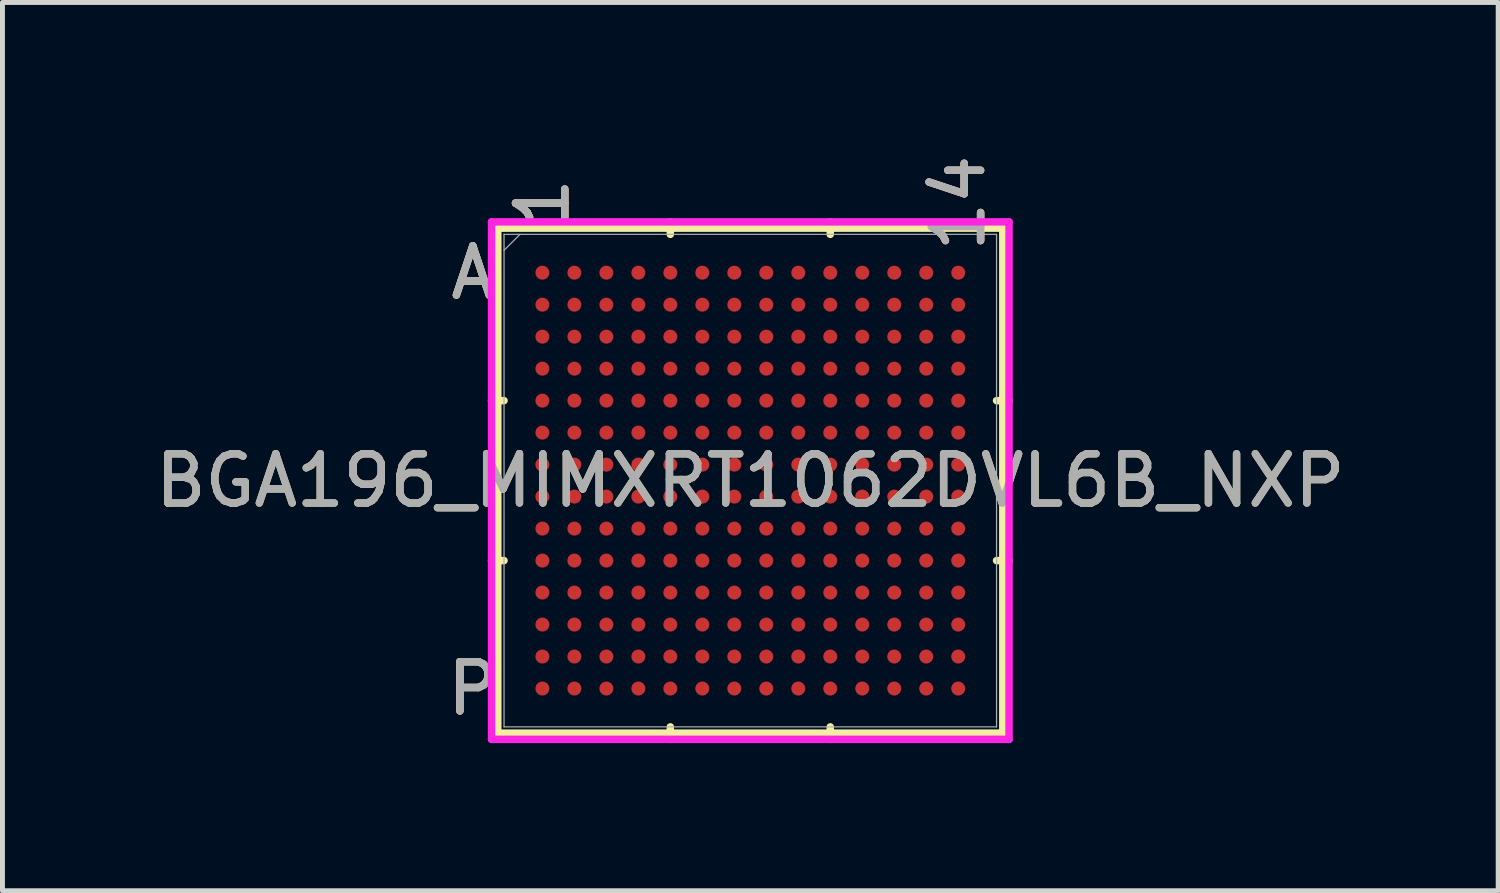
<source format=kicad_pcb>
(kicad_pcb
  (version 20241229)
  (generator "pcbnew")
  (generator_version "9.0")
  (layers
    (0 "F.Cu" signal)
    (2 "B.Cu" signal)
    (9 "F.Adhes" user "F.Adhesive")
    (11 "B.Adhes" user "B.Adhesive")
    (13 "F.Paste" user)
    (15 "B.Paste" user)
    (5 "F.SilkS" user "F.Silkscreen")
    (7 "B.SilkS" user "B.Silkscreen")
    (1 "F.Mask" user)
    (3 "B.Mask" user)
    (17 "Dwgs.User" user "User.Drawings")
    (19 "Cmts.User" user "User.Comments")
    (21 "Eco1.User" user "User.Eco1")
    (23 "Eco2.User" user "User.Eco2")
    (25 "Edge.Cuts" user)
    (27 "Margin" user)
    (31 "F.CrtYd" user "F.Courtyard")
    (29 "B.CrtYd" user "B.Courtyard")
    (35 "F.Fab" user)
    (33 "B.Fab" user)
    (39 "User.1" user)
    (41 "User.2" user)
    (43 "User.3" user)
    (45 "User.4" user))
  (footprint "BGA196_MIMXRT1062DVL6B_NXP"
    (layer "F.Cu")
    (at 12.196 6.716)
    (property "Reference" "BGA196_MIMXRT1062DVL6B_NXP" (at 0 0 0) (unlocked yes) (layer "F.SilkS") (effects (font (size 1 1) (thickness 0.15))))
    (attr smd)
    (fp_line (start -5.131 -5.131) (end -5.131 5.131) (stroke (width 0.152) (type solid)) (layer "F.SilkS"))
    (fp_line (start -5.131 5.131) (end 5.131 5.131) (stroke (width 0.152) (type solid)) (layer "F.SilkS"))
    (fp_line (start -5.004 -1.625) (end -5.258 -1.625) (stroke (width 0.152) (type solid)) (layer "F.SilkS"))
    (fp_line (start -5.004 1.625) (end -5.258 1.625) (stroke (width 0.152) (type solid)) (layer "F.SilkS"))
    (fp_line (start -1.625 -5.004) (end -1.625 -5.258) (stroke (width 0.152) (type solid)) (layer "F.SilkS"))
    (fp_line (start -1.625 5.004) (end -1.625 5.258) (stroke (width 0.152) (type solid)) (layer "F.SilkS"))
    (fp_line (start 1.625 -5.004) (end 1.625 -5.258) (stroke (width 0.152) (type solid)) (layer "F.SilkS"))
    (fp_line (start 1.625 5.004) (end 1.625 5.258) (stroke (width 0.152) (type solid)) (layer "F.SilkS"))
    (fp_line (start 5.004 -1.625) (end 5.258 -1.625) (stroke (width 0.152) (type solid)) (layer "F.SilkS"))
    (fp_line (start 5.004 1.625) (end 5.258 1.625) (stroke (width 0.152) (type solid)) (layer "F.SilkS"))
    (fp_line (start 5.131 -5.131) (end -5.131 -5.131) (stroke (width 0.152) (type solid)) (layer "F.SilkS"))
    (fp_line (start 5.131 5.131) (end 5.131 -5.131) (stroke (width 0.152) (type solid)) (layer "F.SilkS"))
    (fp_poly (pts (xy -4.995 -4.995) (xy 4.995 -4.995) (xy 4.995 4.995) (xy -4.995 4.995)) (stroke (width 0.1) (type solid)) (fill no) (layer "Eco2.User"))
    (fp_line (start -5.258 -5.258) (end 5.258 -5.258) (stroke (width 0.152) (type solid)) (layer "F.CrtYd"))
    (fp_line (start -5.258 5.258) (end -5.258 -5.258) (stroke (width 0.152) (type solid)) (layer "F.CrtYd"))
    (fp_line (start 5.258 -5.258) (end 5.258 5.258) (stroke (width 0.152) (type solid)) (layer "F.CrtYd"))
    (fp_line (start 5.258 5.258) (end -5.258 5.258) (stroke (width 0.152) (type solid)) (layer "F.CrtYd"))
    (fp_line (start -5.004 -5.004) (end -5.004 5.004) (stroke (width 0.025) (type solid)) (layer "F.Fab"))
    (fp_line (start -5.004 5.004) (end 5.004 5.004) (stroke (width 0.025) (type solid)) (layer "F.Fab"))
    (fp_line (start -4.679 -5.004) (end -5.004 -4.679) (stroke (width 0.025) (type solid)) (layer "F.Fab"))
    (fp_line (start 5.004 -5.004) (end -5.004 -5.004) (stroke (width 0.025) (type solid)) (layer "F.Fab"))
    (fp_line (start 5.004 5.004) (end 5.004 -5.004) (stroke (width 0.025) (type solid)) (layer "F.Fab"))
    (fp_text user "14" (at 4.225 -5.639 90) (unlocked yes) (layer "F.SilkS") (effects (font (size 1 1) (thickness 0.15))))
    (fp_text user "P" (at -5.639 4.225 0) (unlocked yes) (layer "F.SilkS") (effects (font (size 1 1) (thickness 0.15))))
    (fp_text user "A" (at -5.639 -4.225 0) (unlocked yes) (layer "F.SilkS") (effects (font (size 1 1) (thickness 0.15))))
    (fp_text user "1" (at -4.225 -5.639 90) (unlocked yes) (layer "F.SilkS") (effects (font (size 1 1) (thickness 0.15))))
    (fp_text user "1" (at -4.225 -5.639 90) (unlocked yes) (layer "B.SilkS") (effects (font (size 1 1) (thickness 0.15))))
    (fp_text user "14" (at 4.225 -5.639 90) (unlocked yes) (layer "B.SilkS") (effects (font (size 1 1) (thickness 0.15))))
    (fp_text user "A" (at -5.639 -4.225 0) (unlocked yes) (layer "B.SilkS") (effects (font (size 1 1) (thickness 0.15))))
    (fp_text user "P" (at -5.639 4.225 0) (unlocked yes) (layer "B.SilkS") (effects (font (size 1 1) (thickness 0.15))))
    (fp_text user "${REFERENCE}" (at 0 0 0) (unlocked yes) (layer "F.Fab") (effects (font (size 1 1) (thickness 0.15))))
    (fp_text user "A" (at -5.639 -4.225 0) (unlocked yes) (layer "F.Fab") (effects (font (size 1 1) (thickness 0.15))))
    (fp_text user "14" (at 4.225 -5.639 90) (unlocked yes) (layer "F.Fab") (effects (font (size 1 1) (thickness 0.15))))
    (fp_text user "1" (at -4.225 -5.639 90) (unlocked yes) (layer "F.Fab") (effects (font (size 1 1) (thickness 0.15))))
    (fp_text user "P" (at -5.639 4.225 0) (unlocked yes) (layer "F.Fab") (effects (font (size 1 1) (thickness 0.15))))
    (pad "A1" smd circle (at -4.225 -4.225) (size 0.284 0.284) (layers "F.Cu" "F.Mask" "F.Paste"))
    (pad "A2" smd circle (at -3.575 -4.225) (size 0.284 0.284) (layers "F.Cu" "F.Mask" "F.Paste"))
    (pad "A3" smd circle (at -2.925 -4.225) (size 0.284 0.284) (layers "F.Cu" "F.Mask" "F.Paste"))
    (pad "A4" smd circle (at -2.275 -4.225) (size 0.284 0.284) (layers "F.Cu" "F.Mask" "F.Paste"))
    (pad "A5" smd circle (at -1.625 -4.225) (size 0.284 0.284) (layers "F.Cu" "F.Mask" "F.Paste"))
    (pad "A6" smd circle (at -0.975 -4.225) (size 0.284 0.284) (layers "F.Cu" "F.Mask" "F.Paste"))
    (pad "A7" smd circle (at -0.325 -4.225) (size 0.284 0.284) (layers "F.Cu" "F.Mask" "F.Paste"))
    (pad "A8" smd circle (at 0.325 -4.225) (size 0.284 0.284) (layers "F.Cu" "F.Mask" "F.Paste"))
    (pad "A9" smd circle (at 0.975 -4.225) (size 0.284 0.284) (layers "F.Cu" "F.Mask" "F.Paste"))
    (pad "A10" smd circle (at 1.625 -4.225) (size 0.284 0.284) (layers "F.Cu" "F.Mask" "F.Paste"))
    (pad "A11" smd circle (at 2.275 -4.225) (size 0.284 0.284) (layers "F.Cu" "F.Mask" "F.Paste"))
    (pad "A12" smd circle (at 2.925 -4.225) (size 0.284 0.284) (layers "F.Cu" "F.Mask" "F.Paste"))
    (pad "A13" smd circle (at 3.575 -4.225) (size 0.284 0.284) (layers "F.Cu" "F.Mask" "F.Paste"))
    (pad "A14" smd circle (at 4.225 -4.225) (size 0.284 0.284) (layers "F.Cu" "F.Mask" "F.Paste"))
    (pad "B1" smd circle (at -4.225 -3.575) (size 0.284 0.284) (layers "F.Cu" "F.Mask" "F.Paste"))
    (pad "B2" smd circle (at -3.575 -3.575) (size 0.284 0.284) (layers "F.Cu" "F.Mask" "F.Paste"))
    (pad "B3" smd circle (at -2.925 -3.575) (size 0.284 0.284) (layers "F.Cu" "F.Mask" "F.Paste"))
    (pad "B4" smd circle (at -2.275 -3.575) (size 0.284 0.284) (layers "F.Cu" "F.Mask" "F.Paste"))
    (pad "B5" smd circle (at -1.625 -3.575) (size 0.284 0.284) (layers "F.Cu" "F.Mask" "F.Paste"))
    (pad "B6" smd circle (at -0.975 -3.575) (size 0.284 0.284) (layers "F.Cu" "F.Mask" "F.Paste"))
    (pad "B7" smd circle (at -0.325 -3.575) (size 0.284 0.284) (layers "F.Cu" "F.Mask" "F.Paste"))
    (pad "B8" smd circle (at 0.325 -3.575) (size 0.284 0.284) (layers "F.Cu" "F.Mask" "F.Paste"))
    (pad "B9" smd circle (at 0.975 -3.575) (size 0.284 0.284) (layers "F.Cu" "F.Mask" "F.Paste"))
    (pad "B10" smd circle (at 1.625 -3.575) (size 0.284 0.284) (layers "F.Cu" "F.Mask" "F.Paste"))
    (pad "B11" smd circle (at 2.275 -3.575) (size 0.284 0.284) (layers "F.Cu" "F.Mask" "F.Paste"))
    (pad "B12" smd circle (at 2.925 -3.575) (size 0.284 0.284) (layers "F.Cu" "F.Mask" "F.Paste"))
    (pad "B13" smd circle (at 3.575 -3.575) (size 0.284 0.284) (layers "F.Cu" "F.Mask" "F.Paste"))
    (pad "B14" smd circle (at 4.225 -3.575) (size 0.284 0.284) (layers "F.Cu" "F.Mask" "F.Paste"))
    (pad "C1" smd circle (at -4.225 -2.925) (size 0.284 0.284) (layers "F.Cu" "F.Mask" "F.Paste"))
    (pad "C2" smd circle (at -3.575 -2.925) (size 0.284 0.284) (layers "F.Cu" "F.Mask" "F.Paste"))
    (pad "C3" smd circle (at -2.925 -2.925) (size 0.284 0.284) (layers "F.Cu" "F.Mask" "F.Paste"))
    (pad "C4" smd circle (at -2.275 -2.925) (size 0.284 0.284) (layers "F.Cu" "F.Mask" "F.Paste"))
    (pad "C5" smd circle (at -1.625 -2.925) (size 0.284 0.284) (layers "F.Cu" "F.Mask" "F.Paste"))
    (pad "C6" smd circle (at -0.975 -2.925) (size 0.284 0.284) (layers "F.Cu" "F.Mask" "F.Paste"))
    (pad "C7" smd circle (at -0.325 -2.925) (size 0.284 0.284) (layers "F.Cu" "F.Mask" "F.Paste"))
    (pad "C8" smd circle (at 0.325 -2.925) (size 0.284 0.284) (layers "F.Cu" "F.Mask" "F.Paste"))
    (pad "C9" smd circle (at 0.975 -2.925) (size 0.284 0.284) (layers "F.Cu" "F.Mask" "F.Paste"))
    (pad "C10" smd circle (at 1.625 -2.925) (size 0.284 0.284) (layers "F.Cu" "F.Mask" "F.Paste"))
    (pad "C11" smd circle (at 2.275 -2.925) (size 0.284 0.284) (layers "F.Cu" "F.Mask" "F.Paste"))
    (pad "C12" smd circle (at 2.925 -2.925) (size 0.284 0.284) (layers "F.Cu" "F.Mask" "F.Paste"))
    (pad "C13" smd circle (at 3.575 -2.925) (size 0.284 0.284) (layers "F.Cu" "F.Mask" "F.Paste"))
    (pad "C14" smd circle (at 4.225 -2.925) (size 0.284 0.284) (layers "F.Cu" "F.Mask" "F.Paste"))
    (pad "D1" smd circle (at -4.225 -2.275) (size 0.284 0.284) (layers "F.Cu" "F.Mask" "F.Paste"))
    (pad "D2" smd circle (at -3.575 -2.275) (size 0.284 0.284) (layers "F.Cu" "F.Mask" "F.Paste"))
    (pad "D3" smd circle (at -2.925 -2.275) (size 0.284 0.284) (layers "F.Cu" "F.Mask" "F.Paste"))
    (pad "D4" smd circle (at -2.275 -2.275) (size 0.284 0.284) (layers "F.Cu" "F.Mask" "F.Paste"))
    (pad "D5" smd circle (at -1.625 -2.275) (size 0.284 0.284) (layers "F.Cu" "F.Mask" "F.Paste"))
    (pad "D6" smd circle (at -0.975 -2.275) (size 0.284 0.284) (layers "F.Cu" "F.Mask" "F.Paste"))
    (pad "D7" smd circle (at -0.325 -2.275) (size 0.284 0.284) (layers "F.Cu" "F.Mask" "F.Paste"))
    (pad "D8" smd circle (at 0.325 -2.275) (size 0.284 0.284) (layers "F.Cu" "F.Mask" "F.Paste"))
    (pad "D9" smd circle (at 0.975 -2.275) (size 0.284 0.284) (layers "F.Cu" "F.Mask" "F.Paste"))
    (pad "D10" smd circle (at 1.625 -2.275) (size 0.284 0.284) (layers "F.Cu" "F.Mask" "F.Paste"))
    (pad "D11" smd circle (at 2.275 -2.275) (size 0.284 0.284) (layers "F.Cu" "F.Mask" "F.Paste"))
    (pad "D12" smd circle (at 2.925 -2.275) (size 0.284 0.284) (layers "F.Cu" "F.Mask" "F.Paste"))
    (pad "D13" smd circle (at 3.575 -2.275) (size 0.284 0.284) (layers "F.Cu" "F.Mask" "F.Paste"))
    (pad "D14" smd circle (at 4.225 -2.275) (size 0.284 0.284) (layers "F.Cu" "F.Mask" "F.Paste"))
    (pad "E1" smd circle (at -4.225 -1.625) (size 0.284 0.284) (layers "F.Cu" "F.Mask" "F.Paste"))
    (pad "E2" smd circle (at -3.575 -1.625) (size 0.284 0.284) (layers "F.Cu" "F.Mask" "F.Paste"))
    (pad "E3" smd circle (at -2.925 -1.625) (size 0.284 0.284) (layers "F.Cu" "F.Mask" "F.Paste"))
    (pad "E4" smd circle (at -2.275 -1.625) (size 0.284 0.284) (layers "F.Cu" "F.Mask" "F.Paste"))
    (pad "E5" smd circle (at -1.625 -1.625) (size 0.284 0.284) (layers "F.Cu" "F.Mask" "F.Paste"))
    (pad "E6" smd circle (at -0.975 -1.625) (size 0.284 0.284) (layers "F.Cu" "F.Mask" "F.Paste"))
    (pad "E7" smd circle (at -0.325 -1.625) (size 0.284 0.284) (layers "F.Cu" "F.Mask" "F.Paste"))
    (pad "E8" smd circle (at 0.325 -1.625) (size 0.284 0.284) (layers "F.Cu" "F.Mask" "F.Paste"))
    (pad "E9" smd circle (at 0.975 -1.625) (size 0.284 0.284) (layers "F.Cu" "F.Mask" "F.Paste"))
    (pad "E10" smd circle (at 1.625 -1.625) (size 0.284 0.284) (layers "F.Cu" "F.Mask" "F.Paste"))
    (pad "E11" smd circle (at 2.275 -1.625) (size 0.284 0.284) (layers "F.Cu" "F.Mask" "F.Paste"))
    (pad "E12" smd circle (at 2.925 -1.625) (size 0.284 0.284) (layers "F.Cu" "F.Mask" "F.Paste"))
    (pad "E13" smd circle (at 3.575 -1.625) (size 0.284 0.284) (layers "F.Cu" "F.Mask" "F.Paste"))
    (pad "E14" smd circle (at 4.225 -1.625) (size 0.284 0.284) (layers "F.Cu" "F.Mask" "F.Paste"))
    (pad "F1" smd circle (at -4.225 -0.975) (size 0.284 0.284) (layers "F.Cu" "F.Mask" "F.Paste"))
    (pad "F2" smd circle (at -3.575 -0.975) (size 0.284 0.284) (layers "F.Cu" "F.Mask" "F.Paste"))
    (pad "F3" smd circle (at -2.925 -0.975) (size 0.284 0.284) (layers "F.Cu" "F.Mask" "F.Paste"))
    (pad "F4" smd circle (at -2.275 -0.975) (size 0.284 0.284) (layers "F.Cu" "F.Mask" "F.Paste"))
    (pad "F5" smd circle (at -1.625 -0.975) (size 0.284 0.284) (layers "F.Cu" "F.Mask" "F.Paste"))
    (pad "F6" smd circle (at -0.975 -0.975) (size 0.284 0.284) (layers "F.Cu" "F.Mask" "F.Paste"))
    (pad "F7" smd circle (at -0.325 -0.975) (size 0.284 0.284) (layers "F.Cu" "F.Mask" "F.Paste"))
    (pad "F8" smd circle (at 0.325 -0.975) (size 0.284 0.284) (layers "F.Cu" "F.Mask" "F.Paste"))
    (pad "F9" smd circle (at 0.975 -0.975) (size 0.284 0.284) (layers "F.Cu" "F.Mask" "F.Paste"))
    (pad "F10" smd circle (at 1.625 -0.975) (size 0.284 0.284) (layers "F.Cu" "F.Mask" "F.Paste"))
    (pad "F11" smd circle (at 2.275 -0.975) (size 0.284 0.284) (layers "F.Cu" "F.Mask" "F.Paste"))
    (pad "F12" smd circle (at 2.925 -0.975) (size 0.284 0.284) (layers "F.Cu" "F.Mask" "F.Paste"))
    (pad "F13" smd circle (at 3.575 -0.975) (size 0.284 0.284) (layers "F.Cu" "F.Mask" "F.Paste"))
    (pad "F14" smd circle (at 4.225 -0.975) (size 0.284 0.284) (layers "F.Cu" "F.Mask" "F.Paste"))
    (pad "G1" smd circle (at -4.225 -0.325) (size 0.284 0.284) (layers "F.Cu" "F.Mask" "F.Paste"))
    (pad "G2" smd circle (at -3.575 -0.325) (size 0.284 0.284) (layers "F.Cu" "F.Mask" "F.Paste"))
    (pad "G3" smd circle (at -2.925 -0.325) (size 0.284 0.284) (layers "F.Cu" "F.Mask" "F.Paste"))
    (pad "G4" smd circle (at -2.275 -0.325) (size 0.284 0.284) (layers "F.Cu" "F.Mask" "F.Paste"))
    (pad "G5" smd circle (at -1.625 -0.325) (size 0.284 0.284) (layers "F.Cu" "F.Mask" "F.Paste"))
    (pad "G6" smd circle (at -0.975 -0.325) (size 0.284 0.284) (layers "F.Cu" "F.Mask" "F.Paste"))
    (pad "G7" smd circle (at -0.325 -0.325) (size 0.284 0.284) (layers "F.Cu" "F.Mask" "F.Paste"))
    (pad "G8" smd circle (at 0.325 -0.325) (size 0.284 0.284) (layers "F.Cu" "F.Mask" "F.Paste"))
    (pad "G9" smd circle (at 0.975 -0.325) (size 0.284 0.284) (layers "F.Cu" "F.Mask" "F.Paste"))
    (pad "G10" smd circle (at 1.625 -0.325) (size 0.284 0.284) (layers "F.Cu" "F.Mask" "F.Paste"))
    (pad "G11" smd circle (at 2.275 -0.325) (size 0.284 0.284) (layers "F.Cu" "F.Mask" "F.Paste"))
    (pad "G12" smd circle (at 2.925 -0.325) (size 0.284 0.284) (layers "F.Cu" "F.Mask" "F.Paste"))
    (pad "G13" smd circle (at 3.575 -0.325) (size 0.284 0.284) (layers "F.Cu" "F.Mask" "F.Paste"))
    (pad "G14" smd circle (at 4.225 -0.325) (size 0.284 0.284) (layers "F.Cu" "F.Mask" "F.Paste"))
    (pad "H1" smd circle (at -4.225 0.325) (size 0.284 0.284) (layers "F.Cu" "F.Mask" "F.Paste"))
    (pad "H2" smd circle (at -3.575 0.325) (size 0.284 0.284) (layers "F.Cu" "F.Mask" "F.Paste"))
    (pad "H3" smd circle (at -2.925 0.325) (size 0.284 0.284) (layers "F.Cu" "F.Mask" "F.Paste"))
    (pad "H4" smd circle (at -2.275 0.325) (size 0.284 0.284) (layers "F.Cu" "F.Mask" "F.Paste"))
    (pad "H5" smd circle (at -1.625 0.325) (size 0.284 0.284) (layers "F.Cu" "F.Mask" "F.Paste"))
    (pad "H6" smd circle (at -0.975 0.325) (size 0.284 0.284) (layers "F.Cu" "F.Mask" "F.Paste"))
    (pad "H7" smd circle (at -0.325 0.325) (size 0.284 0.284) (layers "F.Cu" "F.Mask" "F.Paste"))
    (pad "H8" smd circle (at 0.325 0.325) (size 0.284 0.284) (layers "F.Cu" "F.Mask" "F.Paste"))
    (pad "H9" smd circle (at 0.975 0.325) (size 0.284 0.284) (layers "F.Cu" "F.Mask" "F.Paste"))
    (pad "H10" smd circle (at 1.625 0.325) (size 0.284 0.284) (layers "F.Cu" "F.Mask" "F.Paste"))
    (pad "H11" smd circle (at 2.275 0.325) (size 0.284 0.284) (layers "F.Cu" "F.Mask" "F.Paste"))
    (pad "H12" smd circle (at 2.925 0.325) (size 0.284 0.284) (layers "F.Cu" "F.Mask" "F.Paste"))
    (pad "H13" smd circle (at 3.575 0.325) (size 0.284 0.284) (layers "F.Cu" "F.Mask" "F.Paste"))
    (pad "H14" smd circle (at 4.225 0.325) (size 0.284 0.284) (layers "F.Cu" "F.Mask" "F.Paste"))
    (pad "J1" smd circle (at -4.225 0.975) (size 0.284 0.284) (layers "F.Cu" "F.Mask" "F.Paste"))
    (pad "J2" smd circle (at -3.575 0.975) (size 0.284 0.284) (layers "F.Cu" "F.Mask" "F.Paste"))
    (pad "J3" smd circle (at -2.925 0.975) (size 0.284 0.284) (layers "F.Cu" "F.Mask" "F.Paste"))
    (pad "J4" smd circle (at -2.275 0.975) (size 0.284 0.284) (layers "F.Cu" "F.Mask" "F.Paste"))
    (pad "J5" smd circle (at -1.625 0.975) (size 0.284 0.284) (layers "F.Cu" "F.Mask" "F.Paste"))
    (pad "J6" smd circle (at -0.975 0.975) (size 0.284 0.284) (layers "F.Cu" "F.Mask" "F.Paste"))
    (pad "J7" smd circle (at -0.325 0.975) (size 0.284 0.284) (layers "F.Cu" "F.Mask" "F.Paste"))
    (pad "J8" smd circle (at 0.325 0.975) (size 0.284 0.284) (layers "F.Cu" "F.Mask" "F.Paste"))
    (pad "J9" smd circle (at 0.975 0.975) (size 0.284 0.284) (layers "F.Cu" "F.Mask" "F.Paste"))
    (pad "J10" smd circle (at 1.625 0.975) (size 0.284 0.284) (layers "F.Cu" "F.Mask" "F.Paste"))
    (pad "J11" smd circle (at 2.275 0.975) (size 0.284 0.284) (layers "F.Cu" "F.Mask" "F.Paste"))
    (pad "J12" smd circle (at 2.925 0.975) (size 0.284 0.284) (layers "F.Cu" "F.Mask" "F.Paste"))
    (pad "J13" smd circle (at 3.575 0.975) (size 0.284 0.284) (layers "F.Cu" "F.Mask" "F.Paste"))
    (pad "J14" smd circle (at 4.225 0.975) (size 0.284 0.284) (layers "F.Cu" "F.Mask" "F.Paste"))
    (pad "K1" smd circle (at -4.225 1.625) (size 0.284 0.284) (layers "F.Cu" "F.Mask" "F.Paste"))
    (pad "K2" smd circle (at -3.575 1.625) (size 0.284 0.284) (layers "F.Cu" "F.Mask" "F.Paste"))
    (pad "K3" smd circle (at -2.925 1.625) (size 0.284 0.284) (layers "F.Cu" "F.Mask" "F.Paste"))
    (pad "K4" smd circle (at -2.275 1.625) (size 0.284 0.284) (layers "F.Cu" "F.Mask" "F.Paste"))
    (pad "K5" smd circle (at -1.625 1.625) (size 0.284 0.284) (layers "F.Cu" "F.Mask" "F.Paste"))
    (pad "K6" smd circle (at -0.975 1.625) (size 0.284 0.284) (layers "F.Cu" "F.Mask" "F.Paste"))
    (pad "K7" smd circle (at -0.325 1.625) (size 0.284 0.284) (layers "F.Cu" "F.Mask" "F.Paste"))
    (pad "K8" smd circle (at 0.325 1.625) (size 0.284 0.284) (layers "F.Cu" "F.Mask" "F.Paste"))
    (pad "K9" smd circle (at 0.975 1.625) (size 0.284 0.284) (layers "F.Cu" "F.Mask" "F.Paste"))
    (pad "K10" smd circle (at 1.625 1.625) (size 0.284 0.284) (layers "F.Cu" "F.Mask" "F.Paste"))
    (pad "K11" smd circle (at 2.275 1.625) (size 0.284 0.284) (layers "F.Cu" "F.Mask" "F.Paste"))
    (pad "K12" smd circle (at 2.925 1.625) (size 0.284 0.284) (layers "F.Cu" "F.Mask" "F.Paste"))
    (pad "K13" smd circle (at 3.575 1.625) (size 0.284 0.284) (layers "F.Cu" "F.Mask" "F.Paste"))
    (pad "K14" smd circle (at 4.225 1.625) (size 0.284 0.284) (layers "F.Cu" "F.Mask" "F.Paste"))
    (pad "L1" smd circle (at -4.225 2.275) (size 0.284 0.284) (layers "F.Cu" "F.Mask" "F.Paste"))
    (pad "L2" smd circle (at -3.575 2.275) (size 0.284 0.284) (layers "F.Cu" "F.Mask" "F.Paste"))
    (pad "L3" smd circle (at -2.925 2.275) (size 0.284 0.284) (layers "F.Cu" "F.Mask" "F.Paste"))
    (pad "L4" smd circle (at -2.275 2.275) (size 0.284 0.284) (layers "F.Cu" "F.Mask" "F.Paste"))
    (pad "L5" smd circle (at -1.625 2.275) (size 0.284 0.284) (layers "F.Cu" "F.Mask" "F.Paste"))
    (pad "L6" smd circle (at -0.975 2.275) (size 0.284 0.284) (layers "F.Cu" "F.Mask" "F.Paste"))
    (pad "L7" smd circle (at -0.325 2.275) (size 0.284 0.284) (layers "F.Cu" "F.Mask" "F.Paste"))
    (pad "L8" smd circle (at 0.325 2.275) (size 0.284 0.284) (layers "F.Cu" "F.Mask" "F.Paste"))
    (pad "L9" smd circle (at 0.975 2.275) (size 0.284 0.284) (layers "F.Cu" "F.Mask" "F.Paste"))
    (pad "L10" smd circle (at 1.625 2.275) (size 0.284 0.284) (layers "F.Cu" "F.Mask" "F.Paste"))
    (pad "L11" smd circle (at 2.275 2.275) (size 0.284 0.284) (layers "F.Cu" "F.Mask" "F.Paste"))
    (pad "L12" smd circle (at 2.925 2.275) (size 0.284 0.284) (layers "F.Cu" "F.Mask" "F.Paste"))
    (pad "L13" smd circle (at 3.575 2.275) (size 0.284 0.284) (layers "F.Cu" "F.Mask" "F.Paste"))
    (pad "L14" smd circle (at 4.225 2.275) (size 0.284 0.284) (layers "F.Cu" "F.Mask" "F.Paste"))
    (pad "M1" smd circle (at -4.225 2.925) (size 0.284 0.284) (layers "F.Cu" "F.Mask" "F.Paste"))
    (pad "M2" smd circle (at -3.575 2.925) (size 0.284 0.284) (layers "F.Cu" "F.Mask" "F.Paste"))
    (pad "M3" smd circle (at -2.925 2.925) (size 0.284 0.284) (layers "F.Cu" "F.Mask" "F.Paste"))
    (pad "M4" smd circle (at -2.275 2.925) (size 0.284 0.284) (layers "F.Cu" "F.Mask" "F.Paste"))
    (pad "M5" smd circle (at -1.625 2.925) (size 0.284 0.284) (layers "F.Cu" "F.Mask" "F.Paste"))
    (pad "M6" smd circle (at -0.975 2.925) (size 0.284 0.284) (layers "F.Cu" "F.Mask" "F.Paste"))
    (pad "M7" smd circle (at -0.325 2.925) (size 0.284 0.284) (layers "F.Cu" "F.Mask" "F.Paste"))
    (pad "M8" smd circle (at 0.325 2.925) (size 0.284 0.284) (layers "F.Cu" "F.Mask" "F.Paste"))
    (pad "M9" smd circle (at 0.975 2.925) (size 0.284 0.284) (layers "F.Cu" "F.Mask" "F.Paste"))
    (pad "M10" smd circle (at 1.625 2.925) (size 0.284 0.284) (layers "F.Cu" "F.Mask" "F.Paste"))
    (pad "M11" smd circle (at 2.275 2.925) (size 0.284 0.284) (layers "F.Cu" "F.Mask" "F.Paste"))
    (pad "M12" smd circle (at 2.925 2.925) (size 0.284 0.284) (layers "F.Cu" "F.Mask" "F.Paste"))
    (pad "M13" smd circle (at 3.575 2.925) (size 0.284 0.284) (layers "F.Cu" "F.Mask" "F.Paste"))
    (pad "M14" smd circle (at 4.225 2.925) (size 0.284 0.284) (layers "F.Cu" "F.Mask" "F.Paste"))
    (pad "N1" smd circle (at -4.225 3.575) (size 0.284 0.284) (layers "F.Cu" "F.Mask" "F.Paste"))
    (pad "N2" smd circle (at -3.575 3.575) (size 0.284 0.284) (layers "F.Cu" "F.Mask" "F.Paste"))
    (pad "N3" smd circle (at -2.925 3.575) (size 0.284 0.284) (layers "F.Cu" "F.Mask" "F.Paste"))
    (pad "N4" smd circle (at -2.275 3.575) (size 0.284 0.284) (layers "F.Cu" "F.Mask" "F.Paste"))
    (pad "N5" smd circle (at -1.625 3.575) (size 0.284 0.284) (layers "F.Cu" "F.Mask" "F.Paste"))
    (pad "N6" smd circle (at -0.975 3.575) (size 0.284 0.284) (layers "F.Cu" "F.Mask" "F.Paste"))
    (pad "N7" smd circle (at -0.325 3.575) (size 0.284 0.284) (layers "F.Cu" "F.Mask" "F.Paste"))
    (pad "N8" smd circle (at 0.325 3.575) (size 0.284 0.284) (layers "F.Cu" "F.Mask" "F.Paste"))
    (pad "N9" smd circle (at 0.975 3.575) (size 0.284 0.284) (layers "F.Cu" "F.Mask" "F.Paste"))
    (pad "N10" smd circle (at 1.625 3.575) (size 0.284 0.284) (layers "F.Cu" "F.Mask" "F.Paste"))
    (pad "N11" smd circle (at 2.275 3.575) (size 0.284 0.284) (layers "F.Cu" "F.Mask" "F.Paste"))
    (pad "N12" smd circle (at 2.925 3.575) (size 0.284 0.284) (layers "F.Cu" "F.Mask" "F.Paste"))
    (pad "N13" smd circle (at 3.575 3.575) (size 0.284 0.284) (layers "F.Cu" "F.Mask" "F.Paste"))
    (pad "N14" smd circle (at 4.225 3.575) (size 0.284 0.284) (layers "F.Cu" "F.Mask" "F.Paste"))
    (pad "P1" smd circle (at -4.225 4.225) (size 0.284 0.284) (layers "F.Cu" "F.Mask" "F.Paste"))
    (pad "P2" smd circle (at -3.575 4.225) (size 0.284 0.284) (layers "F.Cu" "F.Mask" "F.Paste"))
    (pad "P3" smd circle (at -2.925 4.225) (size 0.284 0.284) (layers "F.Cu" "F.Mask" "F.Paste"))
    (pad "P4" smd circle (at -2.275 4.225) (size 0.284 0.284) (layers "F.Cu" "F.Mask" "F.Paste"))
    (pad "P5" smd circle (at -1.625 4.225) (size 0.284 0.284) (layers "F.Cu" "F.Mask" "F.Paste"))
    (pad "P6" smd circle (at -0.975 4.225) (size 0.284 0.284) (layers "F.Cu" "F.Mask" "F.Paste"))
    (pad "P7" smd circle (at -0.325 4.225) (size 0.284 0.284) (layers "F.Cu" "F.Mask" "F.Paste"))
    (pad "P8" smd circle (at 0.325 4.225) (size 0.284 0.284) (layers "F.Cu" "F.Mask" "F.Paste"))
    (pad "P9" smd circle (at 0.975 4.225) (size 0.284 0.284) (layers "F.Cu" "F.Mask" "F.Paste"))
    (pad "P10" smd circle (at 1.625 4.225) (size 0.284 0.284) (layers "F.Cu" "F.Mask" "F.Paste"))
    (pad "P11" smd circle (at 2.275 4.225) (size 0.284 0.284) (layers "F.Cu" "F.Mask" "F.Paste"))
    (pad "P12" smd circle (at 2.925 4.225) (size 0.284 0.284) (layers "F.Cu" "F.Mask" "F.Paste"))
    (pad "P13" smd circle (at 3.575 4.225) (size 0.284 0.284) (layers "F.Cu" "F.Mask" "F.Paste"))
    (pad "P14" smd circle (at 4.225 4.225) (size 0.284 0.284) (layers "F.Cu" "F.Mask" "F.Paste")))
  (gr_rect
    (start -3 -3)
    (end 27.393 15.05)
    (stroke (width 0.1) (type default))
    (fill no)
    (layer "Edge.Cuts")))
</source>
